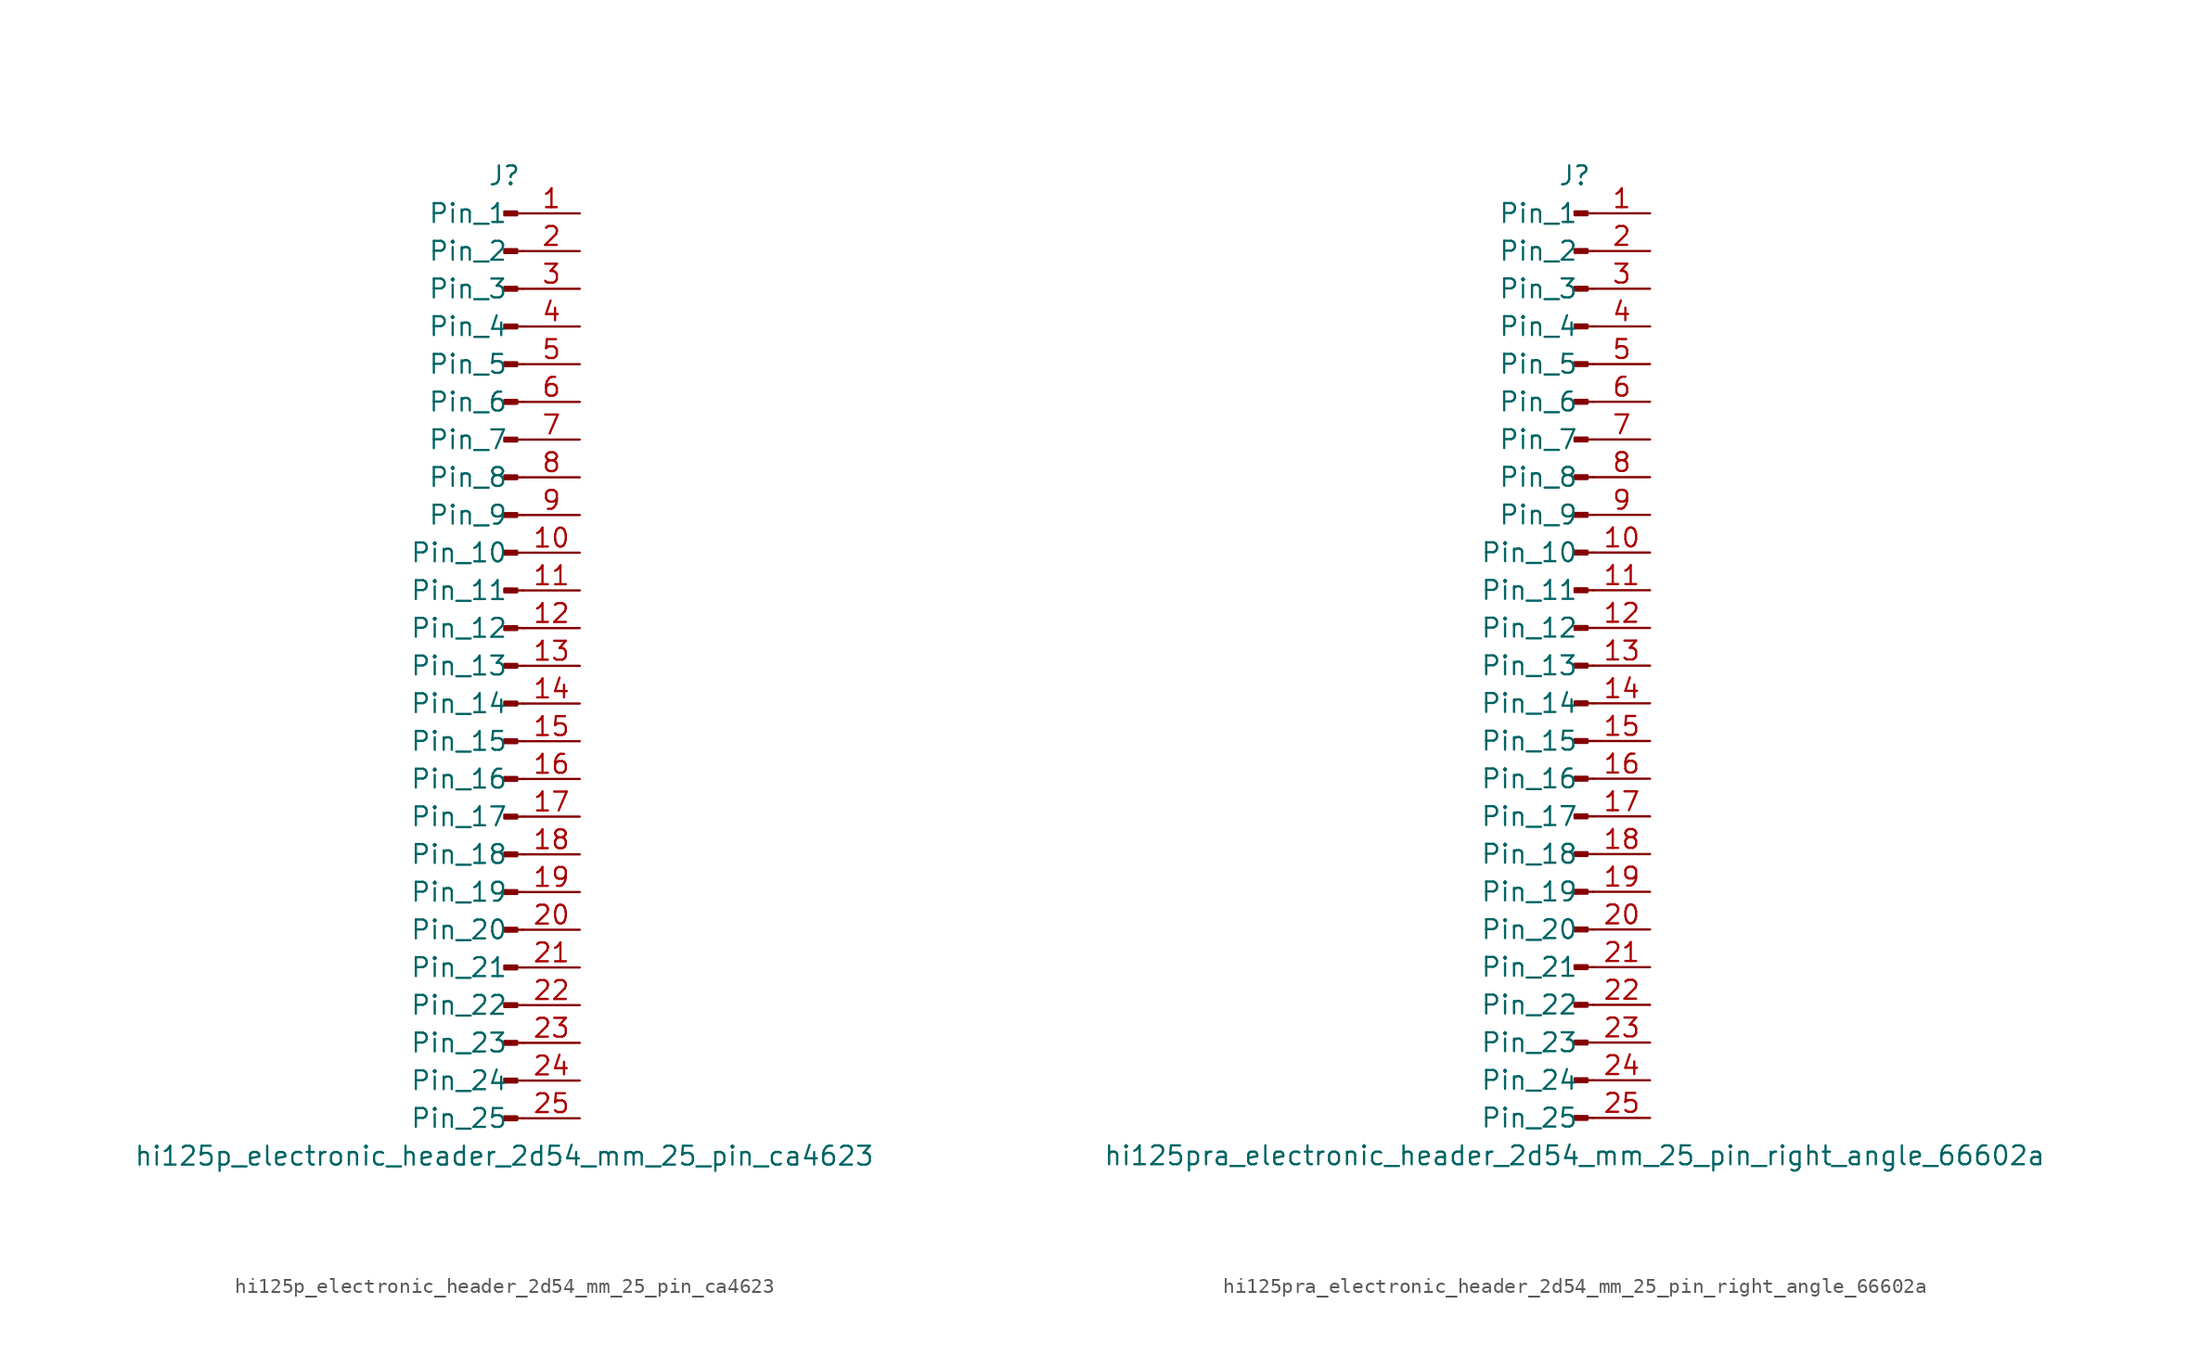
<source format=kicad_sym>
(kicad_symbol_lib
  (version 20220914)
  (generator kicad_symbol_editor)
  (symbol "hi125p_electronic_header_2d54_mm_25_pin_ca4623"
    (pin_names
      (offset 1.016))
    (property "Reference" "J"
      (at 0 33.02 0)
      (effects (font (size 1.27 1.27))))
    (property "Value" "hi125p_electronic_header_2d54_mm_25_pin_ca4623"
      (at 0 -33.02 0)
      (effects (font (size 1.27 1.27))))
    (property "ki_locked" ""
      (at 0 0 0)
      (effects (font (size 1.27 1.27))))
    (symbol "hi125p_electronic_header_2d54_mm_25_pin_ca4623_1_1"
      (polyline (pts (xy 1.27 -30.48) (xy 0.864 -30.48)) (stroke (width 0.152) (type default)) (fill (type none)))
      (polyline (pts (xy 1.27 -27.94) (xy 0.864 -27.94)) (stroke (width 0.152) (type default)) (fill (type none)))
      (polyline (pts (xy 1.27 -25.4) (xy 0.864 -25.4)) (stroke (width 0.152) (type default)) (fill (type none)))
      (polyline (pts (xy 1.27 -22.86) (xy 0.864 -22.86)) (stroke (width 0.152) (type default)) (fill (type none)))
      (polyline (pts (xy 1.27 -20.32) (xy 0.864 -20.32)) (stroke (width 0.152) (type default)) (fill (type none)))
      (polyline (pts (xy 1.27 -17.78) (xy 0.864 -17.78)) (stroke (width 0.152) (type default)) (fill (type none)))
      (polyline (pts (xy 1.27 -15.24) (xy 0.864 -15.24)) (stroke (width 0.152) (type default)) (fill (type none)))
      (polyline (pts (xy 1.27 -12.7) (xy 0.864 -12.7)) (stroke (width 0.152) (type default)) (fill (type none)))
      (polyline (pts (xy 1.27 -10.16) (xy 0.864 -10.16)) (stroke (width 0.152) (type default)) (fill (type none)))
      (polyline (pts (xy 1.27 -7.62) (xy 0.864 -7.62)) (stroke (width 0.152) (type default)) (fill (type none)))
      (polyline (pts (xy 1.27 -5.08) (xy 0.864 -5.08)) (stroke (width 0.152) (type default)) (fill (type none)))
      (polyline (pts (xy 1.27 -2.54) (xy 0.864 -2.54)) (stroke (width 0.152) (type default)) (fill (type none)))
      (polyline (pts (xy 1.27 0) (xy 0.864 0)) (stroke (width 0.152) (type default)) (fill (type none)))
      (polyline (pts (xy 1.27 2.54) (xy 0.864 2.54)) (stroke (width 0.152) (type default)) (fill (type none)))
      (polyline (pts (xy 1.27 5.08) (xy 0.864 5.08)) (stroke (width 0.152) (type default)) (fill (type none)))
      (polyline (pts (xy 1.27 7.62) (xy 0.864 7.62)) (stroke (width 0.152) (type default)) (fill (type none)))
      (polyline (pts (xy 1.27 10.16) (xy 0.864 10.16)) (stroke (width 0.152) (type default)) (fill (type none)))
      (polyline (pts (xy 1.27 12.7) (xy 0.864 12.7)) (stroke (width 0.152) (type default)) (fill (type none)))
      (polyline (pts (xy 1.27 15.24) (xy 0.864 15.24)) (stroke (width 0.152) (type default)) (fill (type none)))
      (polyline (pts (xy 1.27 17.78) (xy 0.864 17.78)) (stroke (width 0.152) (type default)) (fill (type none)))
      (polyline (pts (xy 1.27 20.32) (xy 0.864 20.32)) (stroke (width 0.152) (type default)) (fill (type none)))
      (polyline (pts (xy 1.27 22.86) (xy 0.864 22.86)) (stroke (width 0.152) (type default)) (fill (type none)))
      (polyline (pts (xy 1.27 25.4) (xy 0.864 25.4)) (stroke (width 0.152) (type default)) (fill (type none)))
      (polyline (pts (xy 1.27 27.94) (xy 0.864 27.94)) (stroke (width 0.152) (type default)) (fill (type none)))
      (polyline (pts (xy 1.27 30.48) (xy 0.864 30.48)) (stroke (width 0.152) (type default)) (fill (type none)))
      (rectangle (start 0.864 -30.353) (end 0 -30.607) (stroke (width 0.152) (type default)) (fill (type outline)))
      (rectangle (start 0.864 -27.813) (end 0 -28.067) (stroke (width 0.152) (type default)) (fill (type outline)))
      (rectangle (start 0.864 -25.273) (end 0 -25.527) (stroke (width 0.152) (type default)) (fill (type outline)))
      (rectangle (start 0.864 -22.733) (end 0 -22.987) (stroke (width 0.152) (type default)) (fill (type outline)))
      (rectangle (start 0.864 -20.193) (end 0 -20.447) (stroke (width 0.152) (type default)) (fill (type outline)))
      (rectangle (start 0.864 -17.653) (end 0 -17.907) (stroke (width 0.152) (type default)) (fill (type outline)))
      (rectangle (start 0.864 -15.113) (end 0 -15.367) (stroke (width 0.152) (type default)) (fill (type outline)))
      (rectangle (start 0.864 -12.573) (end 0 -12.827) (stroke (width 0.152) (type default)) (fill (type outline)))
      (rectangle (start 0.864 -10.033) (end 0 -10.287) (stroke (width 0.152) (type default)) (fill (type outline)))
      (rectangle (start 0.864 -7.493) (end 0 -7.747) (stroke (width 0.152) (type default)) (fill (type outline)))
      (rectangle (start 0.864 -4.953) (end 0 -5.207) (stroke (width 0.152) (type default)) (fill (type outline)))
      (rectangle (start 0.864 -2.413) (end 0 -2.667) (stroke (width 0.152) (type default)) (fill (type outline)))
      (rectangle (start 0.864 0.127) (end 0 -0.127) (stroke (width 0.152) (type default)) (fill (type outline)))
      (rectangle (start 0.864 2.667) (end 0 2.413) (stroke (width 0.152) (type default)) (fill (type outline)))
      (rectangle (start 0.864 5.207) (end 0 4.953) (stroke (width 0.152) (type default)) (fill (type outline)))
      (rectangle (start 0.864 7.747) (end 0 7.493) (stroke (width 0.152) (type default)) (fill (type outline)))
      (rectangle (start 0.864 10.287) (end 0 10.033) (stroke (width 0.152) (type default)) (fill (type outline)))
      (rectangle (start 0.864 12.827) (end 0 12.573) (stroke (width 0.152) (type default)) (fill (type outline)))
      (rectangle (start 0.864 15.367) (end 0 15.113) (stroke (width 0.152) (type default)) (fill (type outline)))
      (rectangle (start 0.864 17.907) (end 0 17.653) (stroke (width 0.152) (type default)) (fill (type outline)))
      (rectangle (start 0.864 20.447) (end 0 20.193) (stroke (width 0.152) (type default)) (fill (type outline)))
      (rectangle (start 0.864 22.987) (end 0 22.733) (stroke (width 0.152) (type default)) (fill (type outline)))
      (rectangle (start 0.864 25.527) (end 0 25.273) (stroke (width 0.152) (type default)) (fill (type outline)))
      (rectangle (start 0.864 28.067) (end 0 27.813) (stroke (width 0.152) (type default)) (fill (type outline)))
      (rectangle (start 0.864 30.607) (end 0 30.353) (stroke (width 0.152) (type default)) (fill (type outline)))
      (pin passive line (at 5.08 30.48 180) (length 3.81) (name "Pin_1" (effects (font (size 1.27 1.27)))) (number "1" (effects (font (size 1.27 1.27)))))
      (pin passive line (at 5.08 7.62 180) (length 3.81) (name "Pin_10" (effects (font (size 1.27 1.27)))) (number "10" (effects (font (size 1.27 1.27)))))
      (pin passive line (at 5.08 5.08 180) (length 3.81) (name "Pin_11" (effects (font (size 1.27 1.27)))) (number "11" (effects (font (size 1.27 1.27)))))
      (pin passive line (at 5.08 2.54 180) (length 3.81) (name "Pin_12" (effects (font (size 1.27 1.27)))) (number "12" (effects (font (size 1.27 1.27)))))
      (pin passive line (at 5.08 0 180) (length 3.81) (name "Pin_13" (effects (font (size 1.27 1.27)))) (number "13" (effects (font (size 1.27 1.27)))))
      (pin passive line (at 5.08 -2.54 180) (length 3.81) (name "Pin_14" (effects (font (size 1.27 1.27)))) (number "14" (effects (font (size 1.27 1.27)))))
      (pin passive line (at 5.08 -5.08 180) (length 3.81) (name "Pin_15" (effects (font (size 1.27 1.27)))) (number "15" (effects (font (size 1.27 1.27)))))
      (pin passive line (at 5.08 -7.62 180) (length 3.81) (name "Pin_16" (effects (font (size 1.27 1.27)))) (number "16" (effects (font (size 1.27 1.27)))))
      (pin passive line (at 5.08 -10.16 180) (length 3.81) (name "Pin_17" (effects (font (size 1.27 1.27)))) (number "17" (effects (font (size 1.27 1.27)))))
      (pin passive line (at 5.08 -12.7 180) (length 3.81) (name "Pin_18" (effects (font (size 1.27 1.27)))) (number "18" (effects (font (size 1.27 1.27)))))
      (pin passive line (at 5.08 -15.24 180) (length 3.81) (name "Pin_19" (effects (font (size 1.27 1.27)))) (number "19" (effects (font (size 1.27 1.27)))))
      (pin passive line (at 5.08 27.94 180) (length 3.81) (name "Pin_2" (effects (font (size 1.27 1.27)))) (number "2" (effects (font (size 1.27 1.27)))))
      (pin passive line (at 5.08 -17.78 180) (length 3.81) (name "Pin_20" (effects (font (size 1.27 1.27)))) (number "20" (effects (font (size 1.27 1.27)))))
      (pin passive line (at 5.08 -20.32 180) (length 3.81) (name "Pin_21" (effects (font (size 1.27 1.27)))) (number "21" (effects (font (size 1.27 1.27)))))
      (pin passive line (at 5.08 -22.86 180) (length 3.81) (name "Pin_22" (effects (font (size 1.27 1.27)))) (number "22" (effects (font (size 1.27 1.27)))))
      (pin passive line (at 5.08 -25.4 180) (length 3.81) (name "Pin_23" (effects (font (size 1.27 1.27)))) (number "23" (effects (font (size 1.27 1.27)))))
      (pin passive line (at 5.08 -27.94 180) (length 3.81) (name "Pin_24" (effects (font (size 1.27 1.27)))) (number "24" (effects (font (size 1.27 1.27)))))
      (pin passive line (at 5.08 -30.48 180) (length 3.81) (name "Pin_25" (effects (font (size 1.27 1.27)))) (number "25" (effects (font (size 1.27 1.27)))))
      (pin passive line (at 5.08 25.4 180) (length 3.81) (name "Pin_3" (effects (font (size 1.27 1.27)))) (number "3" (effects (font (size 1.27 1.27)))))
      (pin passive line (at 5.08 22.86 180) (length 3.81) (name "Pin_4" (effects (font (size 1.27 1.27)))) (number "4" (effects (font (size 1.27 1.27)))))
      (pin passive line (at 5.08 20.32 180) (length 3.81) (name "Pin_5" (effects (font (size 1.27 1.27)))) (number "5" (effects (font (size 1.27 1.27)))))
      (pin passive line (at 5.08 17.78 180) (length 3.81) (name "Pin_6" (effects (font (size 1.27 1.27)))) (number "6" (effects (font (size 1.27 1.27)))))
      (pin passive line (at 5.08 15.24 180) (length 3.81) (name "Pin_7" (effects (font (size 1.27 1.27)))) (number "7" (effects (font (size 1.27 1.27)))))
      (pin passive line (at 5.08 12.7 180) (length 3.81) (name "Pin_8" (effects (font (size 1.27 1.27)))) (number "8" (effects (font (size 1.27 1.27)))))
      (pin passive line (at 5.08 10.16 180) (length 3.81) (name "Pin_9" (effects (font (size 1.27 1.27)))) (number "9" (effects (font (size 1.27 1.27)))))))
  (symbol "hi125pra_electronic_header_2d54_mm_25_pin_right_angle_66602a"
    (pin_names
      (offset 1.016))
    (property "Reference" "J"
      (at 0 33.02 0)
      (effects (font (size 1.27 1.27))))
    (property "Value" "hi125pra_electronic_header_2d54_mm_25_pin_right_angle_66602a"
      (at 0 -33.02 0)
      (effects (font (size 1.27 1.27))))
    (property "ki_locked" ""
      (at 0 0 0)
      (effects (font (size 1.27 1.27))))
    (symbol "hi125pra_electronic_header_2d54_mm_25_pin_right_angle_66602a_1_1"
      (polyline (pts (xy 1.27 -30.48) (xy 0.864 -30.48)) (stroke (width 0.152) (type default)) (fill (type none)))
      (polyline (pts (xy 1.27 -27.94) (xy 0.864 -27.94)) (stroke (width 0.152) (type default)) (fill (type none)))
      (polyline (pts (xy 1.27 -25.4) (xy 0.864 -25.4)) (stroke (width 0.152) (type default)) (fill (type none)))
      (polyline (pts (xy 1.27 -22.86) (xy 0.864 -22.86)) (stroke (width 0.152) (type default)) (fill (type none)))
      (polyline (pts (xy 1.27 -20.32) (xy 0.864 -20.32)) (stroke (width 0.152) (type default)) (fill (type none)))
      (polyline (pts (xy 1.27 -17.78) (xy 0.864 -17.78)) (stroke (width 0.152) (type default)) (fill (type none)))
      (polyline (pts (xy 1.27 -15.24) (xy 0.864 -15.24)) (stroke (width 0.152) (type default)) (fill (type none)))
      (polyline (pts (xy 1.27 -12.7) (xy 0.864 -12.7)) (stroke (width 0.152) (type default)) (fill (type none)))
      (polyline (pts (xy 1.27 -10.16) (xy 0.864 -10.16)) (stroke (width 0.152) (type default)) (fill (type none)))
      (polyline (pts (xy 1.27 -7.62) (xy 0.864 -7.62)) (stroke (width 0.152) (type default)) (fill (type none)))
      (polyline (pts (xy 1.27 -5.08) (xy 0.864 -5.08)) (stroke (width 0.152) (type default)) (fill (type none)))
      (polyline (pts (xy 1.27 -2.54) (xy 0.864 -2.54)) (stroke (width 0.152) (type default)) (fill (type none)))
      (polyline (pts (xy 1.27 0) (xy 0.864 0)) (stroke (width 0.152) (type default)) (fill (type none)))
      (polyline (pts (xy 1.27 2.54) (xy 0.864 2.54)) (stroke (width 0.152) (type default)) (fill (type none)))
      (polyline (pts (xy 1.27 5.08) (xy 0.864 5.08)) (stroke (width 0.152) (type default)) (fill (type none)))
      (polyline (pts (xy 1.27 7.62) (xy 0.864 7.62)) (stroke (width 0.152) (type default)) (fill (type none)))
      (polyline (pts (xy 1.27 10.16) (xy 0.864 10.16)) (stroke (width 0.152) (type default)) (fill (type none)))
      (polyline (pts (xy 1.27 12.7) (xy 0.864 12.7)) (stroke (width 0.152) (type default)) (fill (type none)))
      (polyline (pts (xy 1.27 15.24) (xy 0.864 15.24)) (stroke (width 0.152) (type default)) (fill (type none)))
      (polyline (pts (xy 1.27 17.78) (xy 0.864 17.78)) (stroke (width 0.152) (type default)) (fill (type none)))
      (polyline (pts (xy 1.27 20.32) (xy 0.864 20.32)) (stroke (width 0.152) (type default)) (fill (type none)))
      (polyline (pts (xy 1.27 22.86) (xy 0.864 22.86)) (stroke (width 0.152) (type default)) (fill (type none)))
      (polyline (pts (xy 1.27 25.4) (xy 0.864 25.4)) (stroke (width 0.152) (type default)) (fill (type none)))
      (polyline (pts (xy 1.27 27.94) (xy 0.864 27.94)) (stroke (width 0.152) (type default)) (fill (type none)))
      (polyline (pts (xy 1.27 30.48) (xy 0.864 30.48)) (stroke (width 0.152) (type default)) (fill (type none)))
      (rectangle (start 0.864 -30.353) (end 0 -30.607) (stroke (width 0.152) (type default)) (fill (type outline)))
      (rectangle (start 0.864 -27.813) (end 0 -28.067) (stroke (width 0.152) (type default)) (fill (type outline)))
      (rectangle (start 0.864 -25.273) (end 0 -25.527) (stroke (width 0.152) (type default)) (fill (type outline)))
      (rectangle (start 0.864 -22.733) (end 0 -22.987) (stroke (width 0.152) (type default)) (fill (type outline)))
      (rectangle (start 0.864 -20.193) (end 0 -20.447) (stroke (width 0.152) (type default)) (fill (type outline)))
      (rectangle (start 0.864 -17.653) (end 0 -17.907) (stroke (width 0.152) (type default)) (fill (type outline)))
      (rectangle (start 0.864 -15.113) (end 0 -15.367) (stroke (width 0.152) (type default)) (fill (type outline)))
      (rectangle (start 0.864 -12.573) (end 0 -12.827) (stroke (width 0.152) (type default)) (fill (type outline)))
      (rectangle (start 0.864 -10.033) (end 0 -10.287) (stroke (width 0.152) (type default)) (fill (type outline)))
      (rectangle (start 0.864 -7.493) (end 0 -7.747) (stroke (width 0.152) (type default)) (fill (type outline)))
      (rectangle (start 0.864 -4.953) (end 0 -5.207) (stroke (width 0.152) (type default)) (fill (type outline)))
      (rectangle (start 0.864 -2.413) (end 0 -2.667) (stroke (width 0.152) (type default)) (fill (type outline)))
      (rectangle (start 0.864 0.127) (end 0 -0.127) (stroke (width 0.152) (type default)) (fill (type outline)))
      (rectangle (start 0.864 2.667) (end 0 2.413) (stroke (width 0.152) (type default)) (fill (type outline)))
      (rectangle (start 0.864 5.207) (end 0 4.953) (stroke (width 0.152) (type default)) (fill (type outline)))
      (rectangle (start 0.864 7.747) (end 0 7.493) (stroke (width 0.152) (type default)) (fill (type outline)))
      (rectangle (start 0.864 10.287) (end 0 10.033) (stroke (width 0.152) (type default)) (fill (type outline)))
      (rectangle (start 0.864 12.827) (end 0 12.573) (stroke (width 0.152) (type default)) (fill (type outline)))
      (rectangle (start 0.864 15.367) (end 0 15.113) (stroke (width 0.152) (type default)) (fill (type outline)))
      (rectangle (start 0.864 17.907) (end 0 17.653) (stroke (width 0.152) (type default)) (fill (type outline)))
      (rectangle (start 0.864 20.447) (end 0 20.193) (stroke (width 0.152) (type default)) (fill (type outline)))
      (rectangle (start 0.864 22.987) (end 0 22.733) (stroke (width 0.152) (type default)) (fill (type outline)))
      (rectangle (start 0.864 25.527) (end 0 25.273) (stroke (width 0.152) (type default)) (fill (type outline)))
      (rectangle (start 0.864 28.067) (end 0 27.813) (stroke (width 0.152) (type default)) (fill (type outline)))
      (rectangle (start 0.864 30.607) (end 0 30.353) (stroke (width 0.152) (type default)) (fill (type outline)))
      (pin passive line (at 5.08 30.48 180) (length 3.81) (name "Pin_1" (effects (font (size 1.27 1.27)))) (number "1" (effects (font (size 1.27 1.27)))))
      (pin passive line (at 5.08 7.62 180) (length 3.81) (name "Pin_10" (effects (font (size 1.27 1.27)))) (number "10" (effects (font (size 1.27 1.27)))))
      (pin passive line (at 5.08 5.08 180) (length 3.81) (name "Pin_11" (effects (font (size 1.27 1.27)))) (number "11" (effects (font (size 1.27 1.27)))))
      (pin passive line (at 5.08 2.54 180) (length 3.81) (name "Pin_12" (effects (font (size 1.27 1.27)))) (number "12" (effects (font (size 1.27 1.27)))))
      (pin passive line (at 5.08 0 180) (length 3.81) (name "Pin_13" (effects (font (size 1.27 1.27)))) (number "13" (effects (font (size 1.27 1.27)))))
      (pin passive line (at 5.08 -2.54 180) (length 3.81) (name "Pin_14" (effects (font (size 1.27 1.27)))) (number "14" (effects (font (size 1.27 1.27)))))
      (pin passive line (at 5.08 -5.08 180) (length 3.81) (name "Pin_15" (effects (font (size 1.27 1.27)))) (number "15" (effects (font (size 1.27 1.27)))))
      (pin passive line (at 5.08 -7.62 180) (length 3.81) (name "Pin_16" (effects (font (size 1.27 1.27)))) (number "16" (effects (font (size 1.27 1.27)))))
      (pin passive line (at 5.08 -10.16 180) (length 3.81) (name "Pin_17" (effects (font (size 1.27 1.27)))) (number "17" (effects (font (size 1.27 1.27)))))
      (pin passive line (at 5.08 -12.7 180) (length 3.81) (name "Pin_18" (effects (font (size 1.27 1.27)))) (number "18" (effects (font (size 1.27 1.27)))))
      (pin passive line (at 5.08 -15.24 180) (length 3.81) (name "Pin_19" (effects (font (size 1.27 1.27)))) (number "19" (effects (font (size 1.27 1.27)))))
      (pin passive line (at 5.08 27.94 180) (length 3.81) (name "Pin_2" (effects (font (size 1.27 1.27)))) (number "2" (effects (font (size 1.27 1.27)))))
      (pin passive line (at 5.08 -17.78 180) (length 3.81) (name "Pin_20" (effects (font (size 1.27 1.27)))) (number "20" (effects (font (size 1.27 1.27)))))
      (pin passive line (at 5.08 -20.32 180) (length 3.81) (name "Pin_21" (effects (font (size 1.27 1.27)))) (number "21" (effects (font (size 1.27 1.27)))))
      (pin passive line (at 5.08 -22.86 180) (length 3.81) (name "Pin_22" (effects (font (size 1.27 1.27)))) (number "22" (effects (font (size 1.27 1.27)))))
      (pin passive line (at 5.08 -25.4 180) (length 3.81) (name "Pin_23" (effects (font (size 1.27 1.27)))) (number "23" (effects (font (size 1.27 1.27)))))
      (pin passive line (at 5.08 -27.94 180) (length 3.81) (name "Pin_24" (effects (font (size 1.27 1.27)))) (number "24" (effects (font (size 1.27 1.27)))))
      (pin passive line (at 5.08 -30.48 180) (length 3.81) (name "Pin_25" (effects (font (size 1.27 1.27)))) (number "25" (effects (font (size 1.27 1.27)))))
      (pin passive line (at 5.08 25.4 180) (length 3.81) (name "Pin_3" (effects (font (size 1.27 1.27)))) (number "3" (effects (font (size 1.27 1.27)))))
      (pin passive line (at 5.08 22.86 180) (length 3.81) (name "Pin_4" (effects (font (size 1.27 1.27)))) (number "4" (effects (font (size 1.27 1.27)))))
      (pin passive line (at 5.08 20.32 180) (length 3.81) (name "Pin_5" (effects (font (size 1.27 1.27)))) (number "5" (effects (font (size 1.27 1.27)))))
      (pin passive line (at 5.08 17.78 180) (length 3.81) (name "Pin_6" (effects (font (size 1.27 1.27)))) (number "6" (effects (font (size 1.27 1.27)))))
      (pin passive line (at 5.08 15.24 180) (length 3.81) (name "Pin_7" (effects (font (size 1.27 1.27)))) (number "7" (effects (font (size 1.27 1.27)))))
      (pin passive line (at 5.08 12.7 180) (length 3.81) (name "Pin_8" (effects (font (size 1.27 1.27)))) (number "8" (effects (font (size 1.27 1.27)))))
      (pin passive line (at 5.08 10.16 180) (length 3.81) (name "Pin_9" (effects (font (size 1.27 1.27)))) (number "9" (effects (font (size 1.27 1.27))))))))
</source>
